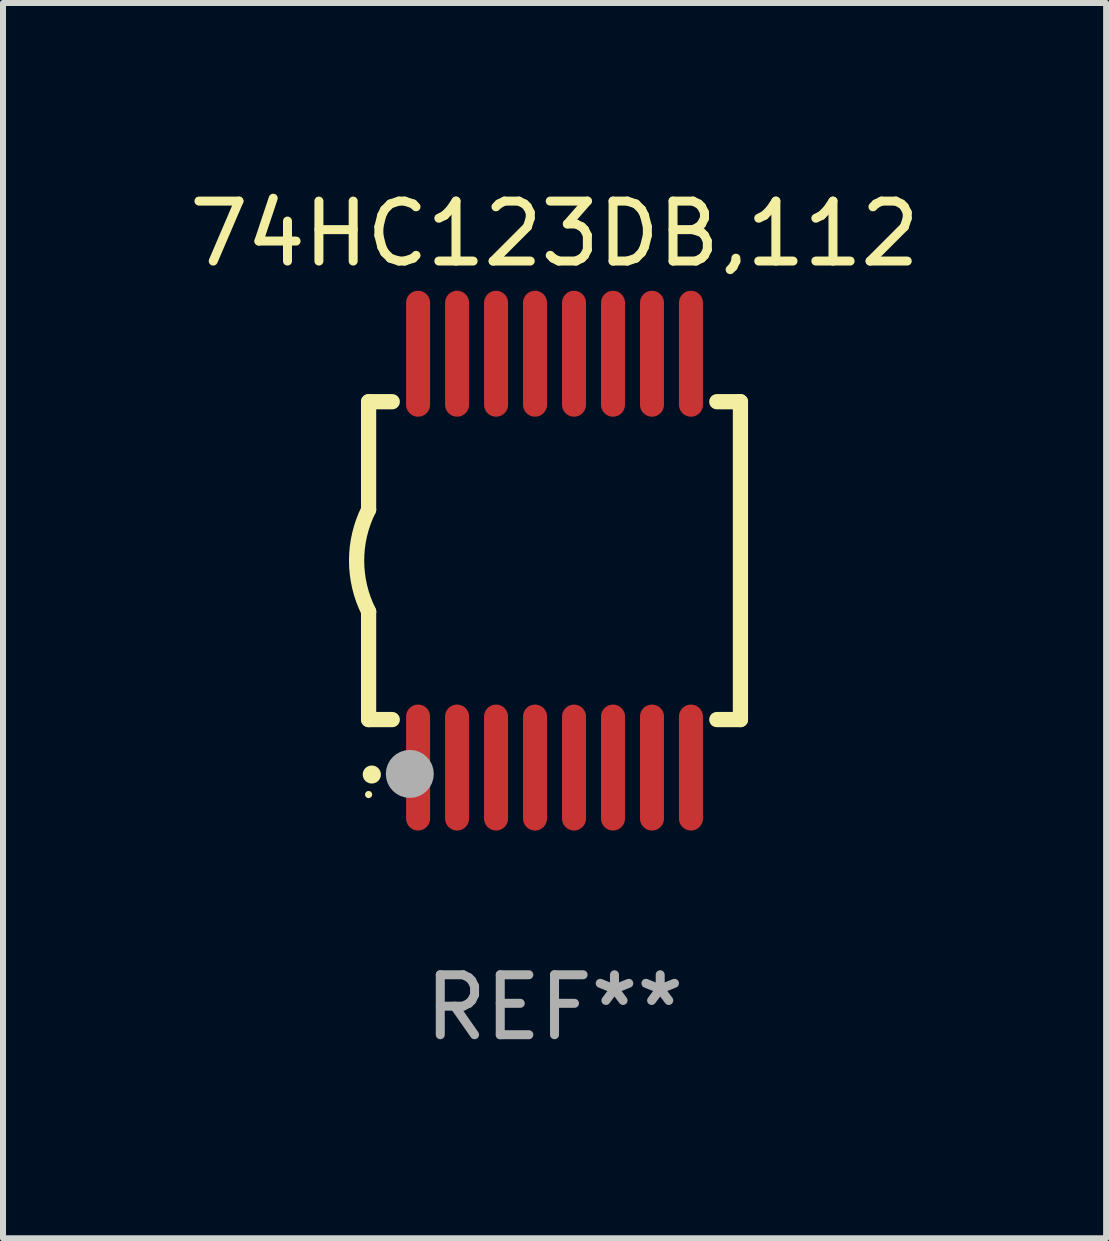
<source format=kicad_pcb>
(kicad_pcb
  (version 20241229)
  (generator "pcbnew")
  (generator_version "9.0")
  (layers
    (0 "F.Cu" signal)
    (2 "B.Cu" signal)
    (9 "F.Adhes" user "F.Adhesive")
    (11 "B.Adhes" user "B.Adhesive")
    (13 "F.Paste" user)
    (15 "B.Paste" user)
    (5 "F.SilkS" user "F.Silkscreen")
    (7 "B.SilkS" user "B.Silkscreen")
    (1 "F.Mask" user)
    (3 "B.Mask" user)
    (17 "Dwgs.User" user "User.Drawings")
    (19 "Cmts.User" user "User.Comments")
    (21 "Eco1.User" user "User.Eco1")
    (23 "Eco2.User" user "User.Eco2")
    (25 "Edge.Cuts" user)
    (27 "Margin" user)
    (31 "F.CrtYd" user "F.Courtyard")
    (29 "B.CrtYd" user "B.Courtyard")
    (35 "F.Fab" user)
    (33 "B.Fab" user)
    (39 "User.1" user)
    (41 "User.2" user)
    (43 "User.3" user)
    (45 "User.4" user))
  (footprint "74HC123DB,112"
    (layer "F.Cu")
    (at 6.196 6.298)
    (property "Reference" "74HC123DB,112" (at 0 -5.45 0) (layer "F.SilkS") (effects (font (size 1 1) (thickness 0.15))))
    (attr through_hole)
    (fp_line (start -3.1 -2.65) (end -3.1 -0.85) (stroke (width 0.254) (type solid)) (layer "F.SilkS"))
    (fp_line (start -3.1 -2.65) (end -2.706 -2.65) (stroke (width 0.254) (type solid)) (layer "F.SilkS"))
    (fp_line (start -3.1 2.65) (end -3.1 0.85) (stroke (width 0.254) (type solid)) (layer "F.SilkS"))
    (fp_line (start -3.1 2.65) (end -2.706 2.65) (stroke (width 0.254) (type solid)) (layer "F.SilkS"))
    (fp_line (start 2.706 -2.65) (end 3.1 -2.65) (stroke (width 0.254) (type solid)) (layer "F.SilkS"))
    (fp_line (start 2.706 2.65) (end 3.1 2.65) (stroke (width 0.254) (type solid)) (layer "F.SilkS"))
    (fp_line (start 3.1 -2.65) (end 3.1 2.65) (stroke (width 0.254) (type solid)) (layer "F.SilkS"))
    (fp_arc (start -3.098907 0.850902) (mid -3.300057 0.000523) (end -3.1 -0.850114) (stroke (width 0.254001) (type solid)) (layer "F.SilkS"))
    (fp_arc (start -3.048006 3.566066) (mid -3.046736 3.566061) (end -3.045466 3.566066) (stroke (width 0.3) (type solid)) (layer "F.SilkS"))
    (fp_circle (center -3.1 3.9) (end -3.07 3.9) (stroke (width 0.06) (type solid)) (fill no) (layer "F.SilkS"))
    (fp_circle (center -2.413 3.556) (end -2.213 3.556) (stroke (width 0.4) (type solid)) (fill no) (layer "F.Fab"))
    (fp_text user "REF**" (at 0 7.45 0) (layer "F.Fab") (effects (font (size 1 1) (thickness 0.15))))
    (pad "1" smd oval (at -2.275 3.45 180) (size 0.4 2.1) (layers "F.Cu" "F.Mask" "F.Paste"))
    (pad "2" smd oval (at -1.625 3.45 180) (size 0.4 2.1) (layers "F.Cu" "F.Mask" "F.Paste"))
    (pad "3" smd oval (at -0.975 3.45 180) (size 0.4 2.1) (layers "F.Cu" "F.Mask" "F.Paste"))
    (pad "4" smd oval (at -0.325 3.45 180) (size 0.4 2.1) (layers "F.Cu" "F.Mask" "F.Paste"))
    (pad "5" smd oval (at 0.325 3.45 180) (size 0.4 2.1) (layers "F.Cu" "F.Mask" "F.Paste"))
    (pad "6" smd oval (at 0.975 3.45 180) (size 0.4 2.1) (layers "F.Cu" "F.Mask" "F.Paste"))
    (pad "7" smd oval (at 1.625 3.45 180) (size 0.4 2.1) (layers "F.Cu" "F.Mask" "F.Paste"))
    (pad "8" smd oval (at 2.275 3.45 180) (size 0.4 2.1) (layers "F.Cu" "F.Mask" "F.Paste"))
    (pad "9" smd oval (at 2.275 -3.45 180) (size 0.4 2.1) (layers "F.Cu" "F.Mask" "F.Paste"))
    (pad "10" smd oval (at 1.625 -3.45 180) (size 0.4 2.1) (layers "F.Cu" "F.Mask" "F.Paste"))
    (pad "11" smd oval (at 0.975 -3.45 180) (size 0.4 2.1) (layers "F.Cu" "F.Mask" "F.Paste"))
    (pad "12" smd oval (at 0.325 -3.45 180) (size 0.4 2.1) (layers "F.Cu" "F.Mask" "F.Paste"))
    (pad "13" smd oval (at -0.325 -3.45 180) (size 0.4 2.1) (layers "F.Cu" "F.Mask" "F.Paste"))
    (pad "14" smd oval (at -0.975 -3.45 180) (size 0.4 2.1) (layers "F.Cu" "F.Mask" "F.Paste"))
    (pad "15" smd oval (at -1.625 -3.45 180) (size 0.4 2.1) (layers "F.Cu" "F.Mask" "F.Paste"))
    (pad "16" smd oval (at -2.275 -3.45 180) (size 0.4 2.1) (layers "F.Cu" "F.Mask" "F.Paste")))
  (gr_rect
    (start -3 -3)
    (end 15.393 17.597)
    (stroke (width 0.1) (type default))
    (fill no)
    (layer "Edge.Cuts")))
</source>
